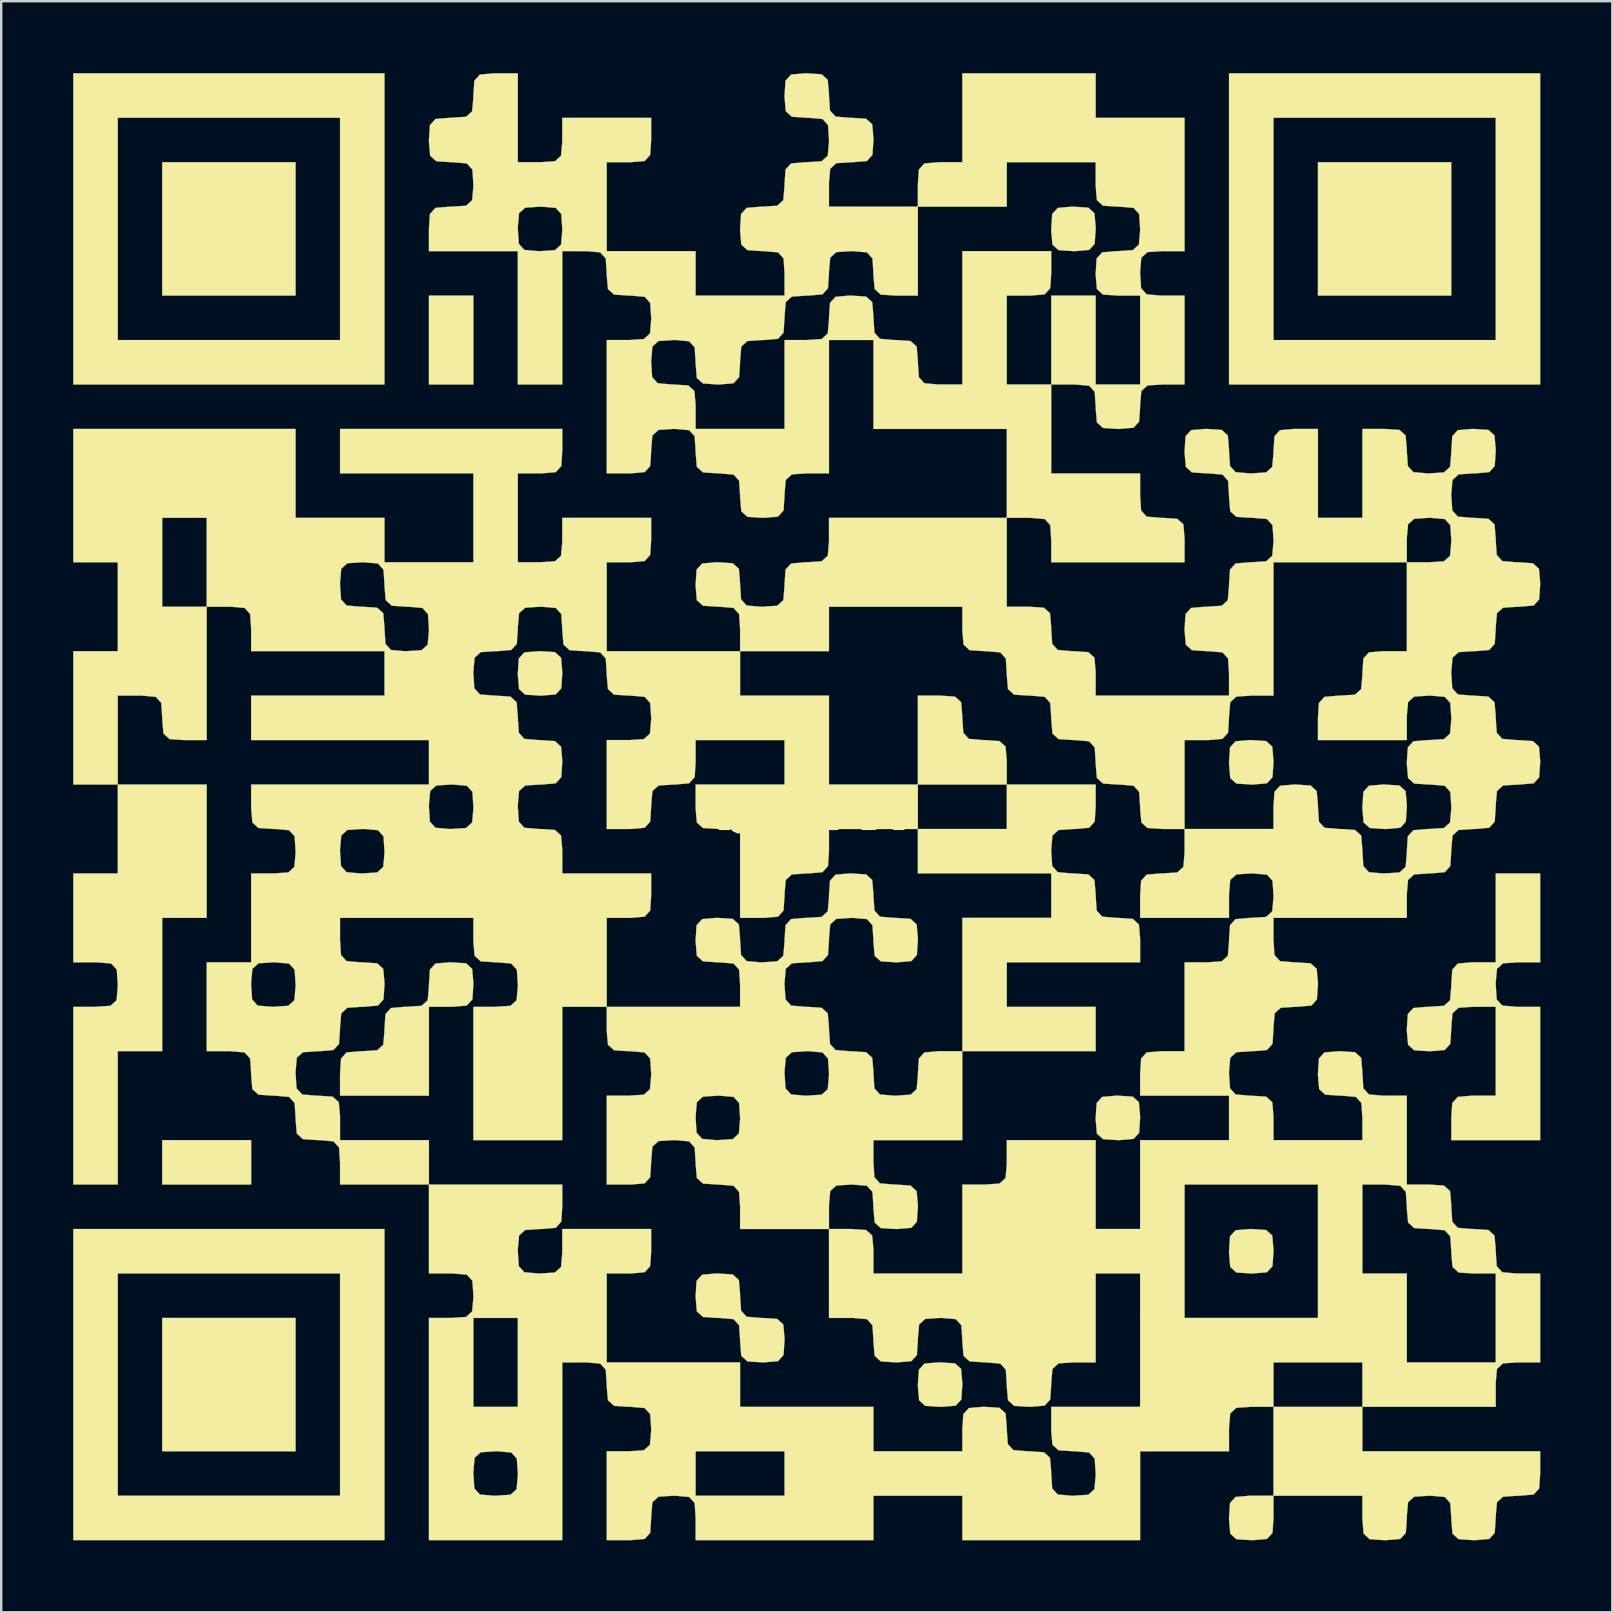
<source format=kicad_pcb>
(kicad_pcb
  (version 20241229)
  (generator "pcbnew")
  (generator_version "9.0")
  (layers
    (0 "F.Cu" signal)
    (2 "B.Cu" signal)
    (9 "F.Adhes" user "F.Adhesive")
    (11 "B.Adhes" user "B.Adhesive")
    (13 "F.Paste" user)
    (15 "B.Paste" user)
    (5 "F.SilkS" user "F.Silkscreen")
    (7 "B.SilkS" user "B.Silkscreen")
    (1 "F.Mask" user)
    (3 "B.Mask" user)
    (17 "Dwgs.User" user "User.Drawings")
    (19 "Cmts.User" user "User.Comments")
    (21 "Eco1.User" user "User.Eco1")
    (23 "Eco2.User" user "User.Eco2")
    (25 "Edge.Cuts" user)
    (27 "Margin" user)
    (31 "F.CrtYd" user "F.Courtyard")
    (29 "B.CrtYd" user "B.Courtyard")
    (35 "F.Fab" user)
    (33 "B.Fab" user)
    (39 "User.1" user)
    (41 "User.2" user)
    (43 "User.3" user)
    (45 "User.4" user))
  (footprint "QRCode"
    (layer "F.Cu")
    (at 30.697 30.697)
    (property "Reference" "QRCode" (at 0 0 0) (layer "F.SilkS") (effects (font (size 1.524 1.524) (thickness 0.3))))
    (attr through_hole)
    (fp_poly (pts (xy -23.283 15.61) (xy -26.988 15.61) (xy -26.988 13.758) (xy -23.283 13.758) (xy -23.283 15.61)) (stroke (width 0.01) (type solid)) (fill yes) (layer "F.SilkS"))
    (fp_poly (pts (xy -21.431 -21.431) (xy -26.988 -21.431) (xy -26.988 -26.988) (xy -21.431 -26.988) (xy -21.431 -21.431)) (stroke (width 0.01) (type solid)) (fill yes) (layer "F.SilkS"))
    (fp_poly (pts (xy -21.431 26.723) (xy -26.988 26.723) (xy -26.988 21.167) (xy -21.431 21.167) (xy -21.431 26.723)) (stroke (width 0.01) (type solid)) (fill yes) (layer "F.SilkS"))
    (fp_poly (pts (xy -14.023 -17.727) (xy -15.875 -17.727) (xy -15.875 -21.431) (xy -14.023 -21.431) (xy -14.023 -17.727)) (stroke (width 0.01) (type solid)) (fill yes) (layer "F.SilkS"))
    (fp_poly (pts (xy 26.723 -21.431) (xy 21.167 -21.431) (xy 21.167 -26.988) (xy 26.723 -26.988) (xy 26.723 -21.431)) (stroke (width 0.01) (type solid)) (fill yes) (layer "F.SilkS"))
    (fp_poly (pts (xy -17.727 -17.727) (xy -30.692 -17.727) (xy -30.692 -28.84) (xy -28.84 -28.84) (xy -28.84 -19.579) (xy -19.579 -19.579) (xy -19.579 -28.84) (xy -28.84 -28.84) (xy -30.692 -28.84) (xy -30.692 -30.692) (xy -17.727 -30.692) (xy -17.727 -17.727)) (stroke (width 0.01) (type solid)) (fill yes) (layer "F.SilkS"))
    (fp_poly (pts (xy -17.727 30.427) (xy -30.692 30.427) (xy -30.692 19.315) (xy -28.84 19.315) (xy -28.84 28.575) (xy -19.579 28.575) (xy -19.579 19.315) (xy -28.84 19.315) (xy -30.692 19.315) (xy -30.692 17.462) (xy -17.727 17.462) (xy -17.727 30.427)) (stroke (width 0.01) (type solid)) (fill yes) (layer "F.SilkS"))
    (fp_poly (pts (xy 30.427 -17.727) (xy 17.462 -17.727) (xy 17.462 -28.84) (xy 19.315 -28.84) (xy 19.315 -19.579) (xy 28.575 -19.579) (xy 28.575 -28.84) (xy 19.315 -28.84) (xy 17.462 -28.84) (xy 17.462 -30.692) (xy 30.427 -30.692) (xy 30.427 -17.727)) (stroke (width 0.01) (type solid)) (fill yes) (layer "F.SilkS"))
    (fp_poly (pts (xy 19.315 29.501) (xy 19.274 30.122) (xy 19.043 30.376) (xy 18.459 30.427) (xy 18.389 30.427) (xy 17.768 30.386) (xy 17.513 30.155) (xy 17.463 29.572) (xy 17.462 29.501) (xy 17.503 28.88) (xy 17.735 28.626) (xy 18.318 28.575) (xy 18.389 28.575) (xy 19.315 28.575) (xy 19.315 29.501)) (stroke (width 0.01) (type solid)) (fill yes) (layer "F.SilkS"))
    (fp_poly (pts (xy -10.624 -6.574) (xy -10.37 -6.343) (xy -10.319 -5.759) (xy -10.319 -5.689) (xy -10.36 -5.068) (xy -10.591 -4.813) (xy -11.174 -4.763) (xy -11.245 -4.763) (xy -11.865 -4.803) (xy -12.12 -5.035) (xy -12.171 -5.618) (xy -12.171 -5.689) (xy -12.13 -6.309) (xy -11.899 -6.564) (xy -11.315 -6.614) (xy -11.245 -6.615) (xy -10.624 -6.574)) (stroke (width 0.01) (type solid)) (fill yes) (layer "F.SilkS"))
    (fp_poly (pts (xy 6.045 -4.722) (xy 6.299 -4.49) (xy 6.35 -3.907) (xy 6.35 -3.836) (xy 6.391 -3.216) (xy 6.622 -2.961) (xy 7.206 -2.911) (xy 7.276 -2.91) (xy 7.897 -2.869) (xy 8.151 -2.638) (xy 8.202 -2.055) (xy 8.202 -1.984) (xy 8.202 -1.058) (xy 4.498 -1.058) (xy 4.498 -4.763) (xy 5.424 -4.763) (xy 6.045 -4.722)) (stroke (width 0.01) (type solid)) (fill yes) (layer "F.SilkS"))
    (fp_poly (pts (xy 6.045 23.06) (xy 6.299 23.291) (xy 6.35 23.874) (xy 6.35 23.945) (xy 6.309 24.565) (xy 6.078 24.82) (xy 5.494 24.871) (xy 5.424 24.871) (xy 4.803 24.83) (xy 4.549 24.599) (xy 4.498 24.015) (xy 4.498 23.945) (xy 4.539 23.324) (xy 4.77 23.07) (xy 5.353 23.019) (xy 5.424 23.019) (xy 6.045 23.06)) (stroke (width 0.01) (type solid)) (fill yes) (layer "F.SilkS"))
    (fp_poly (pts (xy 11.601 -25.094) (xy 11.855 -24.863) (xy 11.906 -24.28) (xy 11.906 -24.209) (xy 11.865 -23.589) (xy 11.634 -23.334) (xy 11.051 -23.283) (xy 10.98 -23.283) (xy 10.36 -23.324) (xy 10.105 -23.555) (xy 10.054 -24.139) (xy 10.054 -24.209) (xy 10.095 -24.83) (xy 10.326 -25.085) (xy 10.91 -25.135) (xy 10.98 -25.135) (xy 11.601 -25.094)) (stroke (width 0.01) (type solid)) (fill yes) (layer "F.SilkS"))
    (fp_poly (pts (xy 13.453 11.947) (xy 13.707 12.178) (xy 13.758 12.762) (xy 13.758 12.832) (xy 13.717 13.453) (xy 13.486 13.707) (xy 12.903 13.758) (xy 12.832 13.758) (xy 12.212 13.717) (xy 11.957 13.486) (xy 11.906 12.903) (xy 11.906 12.832) (xy 11.947 12.212) (xy 12.178 11.957) (xy 12.762 11.906) (xy 12.832 11.906) (xy 13.453 11.947)) (stroke (width 0.01) (type solid)) (fill yes) (layer "F.SilkS"))
    (fp_poly (pts (xy 19.009 -2.869) (xy 19.264 -2.638) (xy 19.314 -2.055) (xy 19.315 -1.984) (xy 19.274 -1.364) (xy 19.043 -1.109) (xy 18.459 -1.058) (xy 18.389 -1.058) (xy 17.768 -1.099) (xy 17.513 -1.33) (xy 17.463 -1.914) (xy 17.462 -1.984) (xy 17.503 -2.605) (xy 17.735 -2.86) (xy 18.318 -2.91) (xy 18.389 -2.91) (xy 19.009 -2.869)) (stroke (width 0.01) (type solid)) (fill yes) (layer "F.SilkS"))
    (fp_poly (pts (xy 19.009 17.503) (xy 19.264 17.735) (xy 19.314 18.318) (xy 19.315 18.389) (xy 19.274 19.009) (xy 19.043 19.264) (xy 18.459 19.314) (xy 18.389 19.315) (xy 17.768 19.274) (xy 17.513 19.043) (xy 17.463 18.459) (xy 17.462 18.389) (xy 17.503 17.768) (xy 17.735 17.513) (xy 18.318 17.463) (xy 18.389 17.462) (xy 19.009 17.503)) (stroke (width 0.01) (type solid)) (fill yes) (layer "F.SilkS"))
    (fp_poly (pts (xy 24.565 -1.017) (xy 24.82 -0.786) (xy 24.871 -0.203) (xy 24.871 -0.132) (xy 24.83 0.488) (xy 24.599 0.743) (xy 24.015 0.794) (xy 23.945 0.794) (xy 23.324 0.753) (xy 23.07 0.522) (xy 23.019 -0.062) (xy 23.019 -0.132) (xy 23.06 -0.753) (xy 23.291 -1.007) (xy 23.874 -1.058) (xy 23.945 -1.058) (xy 24.565 -1.017)) (stroke (width 0.01) (type solid)) (fill yes) (layer "F.SilkS"))
    (fp_poly (pts (xy -25.135 4.498) (xy -26.988 4.498) (xy -26.988 10.054) (xy -28.84 10.054) (xy -28.84 15.61) (xy -30.692 15.61) (xy -30.692 8.202) (xy -29.766 8.202) (xy -29.145 8.161) (xy -28.89 7.93) (xy -28.84 7.347) (xy -28.84 7.276) (xy -28.881 6.655) (xy -29.112 6.401) (xy -29.695 6.35) (xy -29.766 6.35) (xy -30.692 6.35) (xy -30.692 2.646) (xy -28.84 2.646) (xy -28.84 -1.058) (xy -25.135 -1.058) (xy -25.135 4.498)) (stroke (width 0.01) (type solid)) (fill yes) (layer "F.SilkS"))
    (fp_poly (pts (xy -14.328 6.391) (xy -14.074 6.622) (xy -14.023 7.206) (xy -14.023 7.276) (xy -14.064 7.897) (xy -14.295 8.151) (xy -14.878 8.202) (xy -14.949 8.202) (xy -15.875 8.202) (xy -15.875 11.906) (xy -19.579 11.906) (xy -19.579 10.98) (xy -19.538 10.36) (xy -19.307 10.105) (xy -18.724 10.054) (xy -18.653 10.054) (xy -18.032 10.013) (xy -17.778 9.782) (xy -17.727 9.199) (xy -17.727 9.128) (xy -17.686 8.507) (xy -17.455 8.253) (xy -16.872 8.202) (xy -16.801 8.202) (xy -16.18 8.161) (xy -15.926 7.93) (xy -15.875 7.347) (xy -15.875 7.276) (xy -15.834 6.655) (xy -15.603 6.401) (xy -15.019 6.35) (xy -14.949 6.35) (xy -14.328 6.391)) (stroke (width 0.01) (type solid)) (fill yes) (layer "F.SilkS"))
    (fp_poly (pts (xy -3.216 19.356) (xy -2.961 19.587) (xy -2.911 20.17) (xy -2.91 20.241) (xy -2.869 20.861) (xy -2.638 21.116) (xy -2.055 21.167) (xy -1.984 21.167) (xy -1.364 21.208) (xy -1.109 21.439) (xy -1.058 22.022) (xy -1.058 22.093) (xy -1.099 22.713) (xy -1.33 22.968) (xy -1.914 23.019) (xy -1.984 23.019) (xy -2.605 22.978) (xy -2.86 22.747) (xy -2.91 22.163) (xy -2.91 22.093) (xy -2.951 21.472) (xy -3.182 21.218) (xy -3.766 21.167) (xy -3.836 21.167) (xy -4.457 21.126) (xy -4.712 20.895) (xy -4.762 20.311) (xy -4.763 20.241) (xy -4.722 19.62) (xy -4.49 19.365) (xy -3.907 19.315) (xy -3.836 19.315) (xy -3.216 19.356)) (stroke (width 0.01) (type solid)) (fill yes) (layer "F.SilkS"))
    (fp_poly (pts (xy 11.906 -0.132) (xy 11.865 0.488) (xy 11.634 0.743) (xy 11.051 0.794) (xy 10.98 0.794) (xy 10.36 0.835) (xy 10.105 1.066) (xy 10.054 1.649) (xy 10.054 1.72) (xy 10.095 2.34) (xy 10.326 2.595) (xy 10.91 2.646) (xy 10.98 2.646) (xy 11.601 2.687) (xy 11.855 2.918) (xy 11.906 3.501) (xy 11.906 3.572) (xy 11.947 4.193) (xy 12.178 4.447) (xy 12.762 4.498) (xy 12.832 4.498) (xy 13.453 4.539) (xy 13.707 4.77) (xy 13.758 5.353) (xy 13.758 5.424) (xy 13.758 6.35) (xy 8.202 6.35) (xy 8.202 8.202) (xy 11.906 8.202) (xy 11.906 10.054) (xy 6.35 10.054) (xy 6.35 4.498) (xy 10.054 4.498) (xy 10.054 2.646) (xy 4.498 2.646) (xy 4.498 0.794) (xy 8.202 0.794) (xy 8.202 -1.058) (xy 11.906 -1.058) (xy 11.906 -0.132)) (stroke (width 0.01) (type solid)) (fill yes) (layer "F.SilkS"))
    (fp_poly (pts (xy 30.427 6.35) (xy 29.501 6.35) (xy 28.88 6.391) (xy 28.626 6.622) (xy 28.575 7.206) (xy 28.575 7.276) (xy 28.616 7.897) (xy 28.847 8.151) (xy 29.431 8.202) (xy 29.501 8.202) (xy 30.427 8.202) (xy 30.427 13.758) (xy 26.723 13.758) (xy 26.723 12.832) (xy 26.764 12.212) (xy 26.995 11.957) (xy 27.578 11.906) (xy 27.649 11.906) (xy 28.575 11.906) (xy 28.575 8.202) (xy 27.649 8.202) (xy 27.028 8.243) (xy 26.774 8.474) (xy 26.723 9.058) (xy 26.723 9.128) (xy 26.682 9.749) (xy 26.451 10.003) (xy 25.867 10.054) (xy 25.797 10.054) (xy 25.176 10.013) (xy 24.922 9.782) (xy 24.871 9.199) (xy 24.871 9.128) (xy 24.912 8.507) (xy 25.143 8.253) (xy 25.726 8.202) (xy 25.797 8.202) (xy 26.418 8.161) (xy 26.672 7.93) (xy 26.723 7.347) (xy 26.723 7.276) (xy 26.764 6.655) (xy 26.995 6.401) (xy 27.578 6.35) (xy 27.649 6.35) (xy 28.575 6.35) (xy 28.575 2.646) (xy 30.427 2.646) (xy 30.427 6.35)) (stroke (width 0.01) (type solid)) (fill yes) (layer "F.SilkS"))
    (fp_poly (pts (xy 2.34 2.687) (xy 2.595 2.918) (xy 2.646 3.501) (xy 2.646 3.572) (xy 2.687 4.193) (xy 2.918 4.447) (xy 3.501 4.498) (xy 3.572 4.498) (xy 4.193 4.539) (xy 4.447 4.77) (xy 4.498 5.353) (xy 4.498 5.424) (xy 4.457 6.045) (xy 4.226 6.299) (xy 3.642 6.35) (xy 3.572 6.35) (xy 2.951 6.309) (xy 2.697 6.078) (xy 2.646 5.494) (xy 2.646 5.424) (xy 2.605 4.803) (xy 2.374 4.549) (xy 1.79 4.498) (xy 1.72 4.498) (xy 1.099 4.539) (xy 0.845 4.77) (xy 0.794 5.353) (xy 0.794 5.424) (xy 0.753 6.045) (xy 0.522 6.299) (xy -0.062 6.35) (xy -0.132 6.35) (xy -0.753 6.391) (xy -1.007 6.622) (xy -1.058 7.206) (xy -1.058 7.276) (xy -1.017 7.897) (xy -0.786 8.151) (xy -0.203 8.202) (xy -0.132 8.202) (xy 0.488 8.243) (xy 0.743 8.474) (xy 0.794 9.058) (xy 0.794 9.128) (xy 0.835 9.749) (xy 1.066 10.003) (xy 1.649 10.054) (xy 1.72 10.054) (xy 2.34 10.095) (xy 2.595 10.326) (xy 2.646 10.91) (xy 2.646 10.98) (xy 2.687 11.601) (xy 2.918 11.855) (xy 3.501 11.906) (xy 3.572 11.906) (xy 4.193 11.865) (xy 4.447 11.634) (xy 4.498 11.051) (xy 4.498 10.98) (xy 4.539 10.36) (xy 4.77 10.105) (xy 5.353 10.054) (xy 5.424 10.054) (xy 6.35 10.054) (xy 6.35 13.758) (xy 2.646 13.758) (xy 2.646 14.684) (xy 2.687 15.305) (xy 2.918 15.56) (xy 3.501 15.61) (xy 3.572 15.61) (xy 4.193 15.651) (xy 4.447 15.882) (xy 4.498 16.466) (xy 4.498 16.536) (xy 4.457 17.157) (xy 4.226 17.412) (xy 3.642 17.462) (xy 3.572 17.462) (xy 2.951 17.422) (xy 2.697 17.19) (xy 2.646 16.607) (xy 2.646 16.536) (xy 2.605 15.916) (xy 2.374 15.661) (xy 1.79 15.611) (xy 1.72 15.61) (xy 1.099 15.651) (xy 0.845 15.882) (xy 0.794 16.466) (xy 0.794 16.536) (xy 0.794 17.462) (xy -2.91 17.462) (xy -2.91 16.536) (xy -2.951 15.916) (xy -3.182 15.661) (xy -3.766 15.611) (xy -3.836 15.61) (xy -4.457 15.569) (xy -4.712 15.338) (xy -4.762 14.755) (xy -4.763 14.684) (xy -4.803 14.064) (xy -5.035 13.809) (xy -5.618 13.758) (xy -5.689 13.758) (xy -6.309 13.799) (xy -6.564 14.03) (xy -6.614 14.614) (xy -6.615 14.684) (xy -6.656 15.305) (xy -6.887 15.56) (xy -7.47 15.61) (xy -7.541 15.61) (xy -8.467 15.61) (xy -8.467 12.832) (xy -4.763 12.832) (xy -4.722 13.453) (xy -4.49 13.707) (xy -3.907 13.758) (xy -3.836 13.758) (xy -3.216 13.717) (xy -2.961 13.486) (xy -2.911 12.903) (xy -2.91 12.832) (xy -2.951 12.212) (xy -3.182 11.957) (xy -3.766 11.906) (xy -3.836 11.906) (xy -4.457 11.947) (xy -4.712 12.178) (xy -4.762 12.762) (xy -4.763 12.832) (xy -8.467 12.832) (xy -8.467 11.906) (xy -7.541 11.906) (xy -6.92 11.865) (xy -6.665 11.634) (xy -6.615 11.051) (xy -6.615 10.98) (xy -1.058 10.98) (xy -1.017 11.601) (xy -0.786 11.855) (xy -0.203 11.906) (xy -0.132 11.906) (xy 0.488 11.865) (xy 0.743 11.634) (xy 0.794 11.051) (xy 0.794 10.98) (xy 0.753 10.36) (xy 0.522 10.105) (xy -0.062 10.054) (xy -0.132 10.054) (xy -0.753 10.095) (xy -1.007 10.326) (xy -1.058 10.91) (xy -1.058 10.98) (xy -6.615 10.98) (xy -6.656 10.36) (xy -6.887 10.105) (xy -7.47 10.054) (xy -7.541 10.054) (xy -8.161 10.013) (xy -8.416 9.782) (xy -8.467 9.199) (xy -8.467 9.128) (xy -8.467 8.202) (xy -2.91 8.202) (xy -2.91 7.276) (xy -2.951 6.655) (xy -3.182 6.401) (xy -3.766 6.35) (xy -3.836 6.35) (xy -4.457 6.309) (xy -4.712 6.078) (xy -4.762 5.494) (xy -4.763 5.424) (xy -4.722 4.803) (xy -4.49 4.549) (xy -3.907 4.498) (xy -3.836 4.498) (xy -3.216 4.539) (xy -2.961 4.77) (xy -2.911 5.353) (xy -2.91 5.424) (xy -2.869 6.045) (xy -2.638 6.299) (xy -2.055 6.35) (xy -1.984 6.35) (xy -1.364 6.309) (xy -1.109 6.078) (xy -1.058 5.494) (xy -1.058 5.424) (xy -1.017 4.803) (xy -0.786 4.549) (xy -0.203 4.498) (xy -0.132 4.498) (xy 0.488 4.457) (xy 0.743 4.226) (xy 0.794 3.642) (xy 0.794 3.572) (xy 0.835 2.951) (xy 1.066 2.697) (xy 1.649 2.646) (xy 1.72 2.646) (xy 2.34 2.687)) (stroke (width 0.01) (type solid)) (fill yes) (layer "F.SilkS"))
    (fp_poly (pts (xy 8.202 -15.875) (xy 2.646 -15.875) (xy 2.646 -19.579) (xy 0.794 -19.579) (xy 0.794 -14.023) (xy -0.132 -14.023) (xy -0.753 -13.982) (xy -1.007 -13.751) (xy -1.058 -13.167) (xy -1.058 -13.097) (xy -1.099 -12.476) (xy -1.33 -12.222) (xy -1.914 -12.171) (xy -1.984 -12.171) (xy -2.605 -12.212) (xy -2.86 -12.443) (xy -2.91 -13.026) (xy -2.91 -13.097) (xy -2.951 -13.718) (xy -3.182 -13.972) (xy -3.766 -14.023) (xy -3.836 -14.023) (xy -4.457 -14.064) (xy -4.712 -14.295) (xy -4.762 -14.878) (xy -4.763 -14.949) (xy -4.803 -15.57) (xy -5.035 -15.824) (xy -5.618 -15.875) (xy -5.689 -15.875) (xy -6.309 -15.834) (xy -6.564 -15.603) (xy -6.614 -15.019) (xy -6.615 -14.949) (xy -6.656 -14.328) (xy -6.887 -14.074) (xy -7.47 -14.023) (xy -7.541 -14.023) (xy -8.467 -14.023) (xy -8.467 -18.653) (xy -6.615 -18.653) (xy -6.574 -18.032) (xy -6.343 -17.778) (xy -5.759 -17.727) (xy -5.689 -17.727) (xy -5.068 -17.686) (xy -4.813 -17.455) (xy -4.763 -16.872) (xy -4.763 -16.801) (xy -4.763 -15.875) (xy -1.058 -15.875) (xy -1.058 -19.579) (xy -0.132 -19.579) (xy 0.488 -19.62) (xy 0.743 -19.851) (xy 0.794 -20.435) (xy 0.794 -20.505) (xy 0.835 -21.126) (xy 1.066 -21.38) (xy 1.649 -21.431) (xy 1.72 -21.431) (xy 2.34 -21.39) (xy 2.595 -21.159) (xy 2.646 -20.576) (xy 2.646 -20.505) (xy 2.687 -19.885) (xy 2.918 -19.63) (xy 3.501 -19.579) (xy 3.572 -19.579) (xy 4.193 -19.538) (xy 4.447 -19.307) (xy 4.498 -18.724) (xy 4.498 -18.653) (xy 4.539 -18.032) (xy 4.77 -17.778) (xy 5.353 -17.727) (xy 5.424 -17.727) (xy 6.35 -17.727) (xy 6.35 -23.283) (xy 10.054 -23.283) (xy 10.054 -22.357) (xy 10.013 -21.737) (xy 9.782 -21.482) (xy 9.199 -21.431) (xy 9.128 -21.431) (xy 8.202 -21.431) (xy 8.202 -17.727) (xy 10.054 -17.727) (xy 10.054 -21.431) (xy 11.906 -21.431) (xy 11.906 -17.727) (xy 13.758 -17.727) (xy 13.758 -21.431) (xy 12.832 -21.431) (xy 12.212 -21.472) (xy 11.957 -21.703) (xy 11.906 -22.287) (xy 11.906 -22.357) (xy 11.947 -22.978) (xy 12.178 -23.232) (xy 12.762 -23.283) (xy 12.832 -23.283) (xy 13.453 -23.324) (xy 13.707 -23.555) (xy 13.758 -24.139) (xy 13.758 -24.209) (xy 13.717 -24.83) (xy 13.486 -25.085) (xy 12.903 -25.135) (xy 12.832 -25.135) (xy 12.212 -25.176) (xy 11.957 -25.407) (xy 11.906 -25.991) (xy 11.906 -26.061) (xy 11.906 -26.988) (xy 8.202 -26.988) (xy 8.202 -25.135) (xy 4.498 -25.135) (xy 4.498 -21.431) (xy 3.572 -21.431) (xy 2.951 -21.472) (xy 2.697 -21.703) (xy 2.646 -22.287) (xy 2.646 -22.357) (xy 2.605 -22.978) (xy 2.374 -23.232) (xy 1.79 -23.283) (xy 1.72 -23.283) (xy 1.099 -23.242) (xy 0.845 -23.011) (xy 0.794 -22.428) (xy 0.794 -22.357) (xy 0.753 -21.737) (xy 0.522 -21.482) (xy -0.062 -21.431) (xy -0.132 -21.431) (xy -0.753 -21.39) (xy -1.007 -21.159) (xy -1.058 -20.576) (xy -1.058 -20.505) (xy -1.099 -19.885) (xy -1.33 -19.63) (xy -1.914 -19.579) (xy -1.984 -19.579) (xy -2.605 -19.538) (xy -2.86 -19.307) (xy -2.91 -18.724) (xy -2.91 -18.653) (xy -2.951 -18.032) (xy -3.182 -17.778) (xy -3.766 -17.727) (xy -3.836 -17.727) (xy -4.457 -17.768) (xy -4.712 -17.999) (xy -4.762 -18.583) (xy -4.763 -18.653) (xy -4.803 -19.274) (xy -5.035 -19.528) (xy -5.618 -19.579) (xy -5.689 -19.579) (xy -6.309 -19.538) (xy -6.564 -19.307) (xy -6.614 -18.724) (xy -6.615 -18.653) (xy -8.467 -18.653) (xy -8.467 -19.579) (xy -7.541 -19.579) (xy -6.92 -19.62) (xy -6.665 -19.851) (xy -6.615 -20.435) (xy -6.615 -20.505) (xy -6.656 -21.126) (xy -6.887 -21.38) (xy -7.47 -21.431) (xy -7.541 -21.431) (xy -8.161 -21.472) (xy -8.416 -21.703) (xy -8.467 -22.287) (xy -8.467 -22.357) (xy -8.508 -22.978) (xy -8.739 -23.232) (xy -9.322 -23.283) (xy -9.393 -23.283) (xy -10.319 -23.283) (xy -10.319 -17.727) (xy -12.171 -17.727) (xy -12.171 -23.283) (xy -15.875 -23.283) (xy -15.875 -24.209) (xy -12.171 -24.209) (xy -12.13 -23.589) (xy -11.899 -23.334) (xy -11.315 -23.283) (xy -11.245 -23.283) (xy -10.624 -23.324) (xy -10.37 -23.555) (xy -10.319 -24.139) (xy -10.319 -24.209) (xy -10.36 -24.83) (xy -10.591 -25.085) (xy -11.174 -25.135) (xy -11.245 -25.135) (xy -11.865 -25.094) (xy -12.12 -24.863) (xy -12.171 -24.28) (xy -12.171 -24.209) (xy -15.875 -24.209) (xy -15.834 -24.83) (xy -15.603 -25.085) (xy -15.019 -25.135) (xy -14.949 -25.135) (xy -14.328 -25.176) (xy -14.074 -25.407) (xy -14.023 -25.991) (xy -14.023 -26.061) (xy -14.064 -26.682) (xy -14.295 -26.937) (xy -14.878 -26.987) (xy -14.949 -26.988) (xy -15.57 -27.028) (xy -15.824 -27.26) (xy -15.875 -27.843) (xy -15.875 -27.914) (xy -15.834 -28.534) (xy -15.603 -28.789) (xy -15.019 -28.839) (xy -14.949 -28.84) (xy -14.328 -28.881) (xy -14.074 -29.112) (xy -14.023 -29.695) (xy -14.023 -29.766) (xy -13.982 -30.386) (xy -13.751 -30.641) (xy -13.167 -30.692) (xy -13.097 -30.692) (xy -12.171 -30.692) (xy -12.171 -26.988) (xy -11.245 -26.988) (xy -10.624 -27.028) (xy -10.37 -27.26) (xy -10.319 -27.843) (xy -10.319 -27.914) (xy -10.319 -28.84) (xy -6.615 -28.84) (xy -6.615 -27.914) (xy -6.656 -27.293) (xy -6.887 -27.038) (xy -7.47 -26.988) (xy -7.541 -26.988) (xy -8.467 -26.988) (xy -8.467 -23.283) (xy -4.763 -23.283) (xy -4.763 -21.431) (xy -1.058 -21.431) (xy -1.058 -22.357) (xy -1.099 -22.978) (xy -1.33 -23.232) (xy -1.914 -23.283) (xy -1.984 -23.283) (xy -2.605 -23.324) (xy -2.86 -23.555) (xy -2.91 -24.139) (xy -2.91 -24.209) (xy -2.869 -24.83) (xy -2.638 -25.085) (xy -2.055 -25.135) (xy -1.984 -25.135) (xy -1.364 -25.176) (xy -1.109 -25.407) (xy -1.058 -25.991) (xy -1.058 -26.061) (xy -1.017 -26.682) (xy -0.786 -26.937) (xy -0.203 -26.987) (xy -0.132 -26.988) (xy 0.488 -27.028) (xy 0.743 -27.26) (xy 0.794 -27.843) (xy 0.794 -27.914) (xy 0.753 -28.534) (xy 0.522 -28.789) (xy -0.062 -28.839) (xy -0.132 -28.84) (xy -0.753 -28.881) (xy -1.007 -29.112) (xy -1.058 -29.695) (xy -1.058 -29.766) (xy -1.017 -30.386) (xy -0.786 -30.641) (xy -0.203 -30.692) (xy -0.132 -30.692) (xy 0.488 -30.651) (xy 0.743 -30.42) (xy 0.794 -29.836) (xy 0.794 -29.766) (xy 0.835 -29.145) (xy 1.066 -28.89) (xy 1.649 -28.84) (xy 1.72 -28.84) (xy 2.34 -28.799) (xy 2.595 -28.568) (xy 2.646 -27.984) (xy 2.646 -27.914) (xy 2.605 -27.293) (xy 2.374 -27.038) (xy 1.79 -26.988) (xy 1.72 -26.988) (xy 1.099 -26.947) (xy 0.845 -26.715) (xy 0.794 -26.132) (xy 0.794 -26.061) (xy 0.794 -25.135) (xy 4.498 -25.135) (xy 4.498 -26.061) (xy 4.539 -26.682) (xy 4.77 -26.937) (xy 5.353 -26.987) (xy 5.424 -26.988) (xy 6.35 -26.988) (xy 6.35 -30.692) (xy 11.906 -30.692) (xy 11.906 -28.84) (xy 15.61 -28.84) (xy 15.61 -23.283) (xy 14.684 -23.283) (xy 14.064 -23.242) (xy 13.809 -23.011) (xy 13.758 -22.428) (xy 13.758 -22.357) (xy 13.799 -21.737) (xy 14.03 -21.482) (xy 14.614 -21.431) (xy 14.684 -21.431) (xy 15.61 -21.431) (xy 15.61 -17.727) (xy 14.684 -17.727) (xy 14.064 -17.686) (xy 13.809 -17.455) (xy 13.758 -16.872) (xy 13.758 -16.801) (xy 13.717 -16.18) (xy 13.486 -15.926) (xy 12.903 -15.875) (xy 12.832 -15.875) (xy 12.212 -15.916) (xy 11.957 -16.147) (xy 11.906 -16.731) (xy 11.906 -16.801) (xy 11.865 -17.422) (xy 11.634 -17.676) (xy 11.051 -17.727) (xy 10.98 -17.727) (xy 10.054 -17.727) (xy 10.054 -14.023) (xy 13.758 -14.023) (xy 13.758 -13.097) (xy 13.799 -12.476) (xy 14.03 -12.222) (xy 14.614 -12.171) (xy 14.684 -12.171) (xy 15.305 -12.13) (xy 15.56 -11.899) (xy 15.61 -11.315) (xy 15.61 -11.245) (xy 15.61 -10.319) (xy 10.054 -10.319) (xy 10.054 -11.245) (xy 10.013 -11.865) (xy 9.782 -12.12) (xy 9.199 -12.171) (xy 9.128 -12.171) (xy 8.202 -12.171) (xy 8.202 -15.875)) (stroke (width 0.01) (type solid)) (fill yes) (layer "F.SilkS"))
    (fp_poly (pts (xy 19.315 24.871) (xy 18.389 24.871) (xy 17.768 24.912) (xy 17.513 25.143) (xy 17.463 25.726) (xy 17.462 25.797) (xy 17.462 26.723) (xy 13.758 26.723) (xy 13.758 30.427) (xy 6.35 30.427) (xy 6.35 28.575) (xy 2.646 28.575) (xy 2.646 30.427) (xy -4.763 30.427) (xy -4.763 29.501) (xy -4.803 28.88) (xy -5.035 28.626) (xy -5.618 28.575) (xy -5.689 28.575) (xy -6.309 28.616) (xy -6.564 28.847) (xy -6.614 29.431) (xy -6.615 29.501) (xy -6.656 30.122) (xy -6.887 30.376) (xy -7.47 30.427) (xy -7.541 30.427) (xy -8.467 30.427) (xy -8.467 26.723) (xy -7.541 26.723) (xy -4.763 26.723) (xy -4.763 28.575) (xy -1.058 28.575) (xy -1.058 26.723) (xy -4.763 26.723) (xy -7.541 26.723) (xy -6.92 26.682) (xy -6.665 26.451) (xy -6.615 25.867) (xy -6.615 25.797) (xy -6.656 25.176) (xy -6.887 24.922) (xy -7.47 24.871) (xy -7.541 24.871) (xy -8.161 24.83) (xy -8.416 24.599) (xy -8.467 24.015) (xy -8.467 23.945) (xy -8.508 23.324) (xy -8.739 23.07) (xy -9.322 23.019) (xy -9.393 23.019) (xy -10.319 23.019) (xy -10.319 30.427) (xy -15.875 30.427) (xy -15.875 27.649) (xy -14.023 27.649) (xy -13.982 28.27) (xy -13.751 28.524) (xy -13.167 28.575) (xy -13.097 28.575) (xy -12.476 28.534) (xy -12.222 28.303) (xy -12.171 27.719) (xy -12.171 27.649) (xy -12.212 27.028) (xy -12.443 26.774) (xy -13.026 26.723) (xy -13.097 26.723) (xy -13.718 26.764) (xy -13.972 26.995) (xy -14.023 27.578) (xy -14.023 27.649) (xy -15.875 27.649) (xy -15.875 21.167) (xy -14.949 21.167) (xy -14.023 21.167) (xy -14.023 24.871) (xy -12.171 24.871) (xy -12.171 21.167) (xy -14.023 21.167) (xy -14.949 21.167) (xy -14.328 21.126) (xy -14.074 20.895) (xy -14.023 20.311) (xy -14.023 20.241) (xy -14.064 19.62) (xy -14.295 19.365) (xy -14.878 19.315) (xy -14.949 19.315) (xy -15.875 19.315) (xy -15.875 15.61) (xy -19.579 15.61) (xy -19.579 14.684) (xy -19.62 14.064) (xy -19.851 13.809) (xy -20.435 13.758) (xy -20.505 13.758) (xy -21.126 13.717) (xy -21.38 13.486) (xy -21.431 12.903) (xy -21.431 12.832) (xy -21.472 12.212) (xy -21.703 11.957) (xy -22.287 11.906) (xy -22.357 11.906) (xy -22.978 11.865) (xy -23.232 11.634) (xy -23.283 11.051) (xy -23.283 10.98) (xy -21.431 10.98) (xy -21.39 11.601) (xy -21.159 11.855) (xy -20.576 11.906) (xy -20.505 11.906) (xy -19.885 11.947) (xy -19.63 12.178) (xy -19.579 12.762) (xy -19.579 12.832) (xy -19.579 13.758) (xy -15.875 13.758) (xy -15.875 15.61) (xy -10.319 15.61) (xy -10.319 16.536) (xy -10.36 17.157) (xy -10.591 17.412) (xy -11.174 17.462) (xy -11.245 17.462) (xy -11.865 17.503) (xy -12.12 17.735) (xy -12.171 18.318) (xy -12.171 18.389) (xy -12.13 19.009) (xy -11.899 19.264) (xy -11.315 19.314) (xy -11.245 19.315) (xy -10.624 19.274) (xy -10.37 19.043) (xy -10.319 18.459) (xy -10.319 18.389) (xy -10.319 17.462) (xy -6.615 17.462) (xy -6.615 18.389) (xy -6.656 19.009) (xy -6.887 19.264) (xy -7.47 19.314) (xy -7.541 19.315) (xy -8.467 19.315) (xy -8.467 23.019) (xy -2.91 23.019) (xy -2.91 24.871) (xy 2.646 24.871) (xy 2.646 26.723) (xy 6.35 26.723) (xy 6.35 25.797) (xy 6.391 25.176) (xy 6.622 24.922) (xy 7.206 24.871) (xy 7.276 24.871) (xy 7.897 24.912) (xy 8.151 25.143) (xy 8.202 25.726) (xy 8.202 25.797) (xy 8.243 26.418) (xy 8.474 26.672) (xy 9.058 26.723) (xy 9.128 26.723) (xy 9.749 26.764) (xy 10.003 26.995) (xy 10.054 27.578) (xy 10.054 27.649) (xy 10.095 28.27) (xy 10.326 28.524) (xy 10.91 28.575) (xy 10.98 28.575) (xy 11.601 28.534) (xy 11.855 28.303) (xy 11.906 27.719) (xy 11.906 27.649) (xy 11.865 27.028) (xy 11.634 26.774) (xy 11.051 26.723) (xy 10.98 26.723) (xy 10.36 26.682) (xy 10.105 26.451) (xy 10.054 25.867) (xy 10.054 25.797) (xy 10.054 24.871) (xy 13.758 24.871) (xy 13.758 23.019) (xy 19.315 23.019) (xy 19.315 24.871) (xy 23.019 24.871) (xy 23.019 23.019) (xy 19.315 23.019) (xy 13.758 23.019) (xy 13.758 19.315) (xy 11.906 19.315) (xy 11.906 23.019) (xy 10.98 23.019) (xy 10.36 23.06) (xy 10.105 23.291) (xy 10.054 23.874) (xy 10.054 23.945) (xy 10.013 24.565) (xy 9.782 24.82) (xy 9.199 24.871) (xy 9.128 24.871) (xy 8.507 24.83) (xy 8.253 24.599) (xy 8.202 24.015) (xy 8.202 23.945) (xy 8.161 23.324) (xy 7.93 23.07) (xy 7.347 23.019) (xy 7.276 23.019) (xy 6.655 22.978) (xy 6.401 22.747) (xy 6.35 22.163) (xy 6.35 22.093) (xy 6.309 21.472) (xy 6.078 21.218) (xy 5.494 21.167) (xy 5.424 21.167) (xy 4.803 21.208) (xy 4.549 21.439) (xy 4.498 22.022) (xy 4.498 22.093) (xy 4.457 22.713) (xy 4.226 22.968) (xy 3.642 23.019) (xy 3.572 23.019) (xy 2.951 22.978) (xy 2.697 22.747) (xy 2.646 22.163) (xy 2.646 22.093) (xy 2.605 21.472) (xy 2.374 21.218) (xy 1.79 21.167) (xy 1.72 21.167) (xy 0.794 21.167) (xy 0.794 17.462) (xy 1.72 17.462) (xy 2.34 17.503) (xy 2.595 17.735) (xy 2.646 18.318) (xy 2.646 18.389) (xy 2.646 19.315) (xy 6.35 19.315) (xy 6.35 15.61) (xy 7.276 15.61) (xy 7.897 15.569) (xy 8.151 15.338) (xy 8.202 14.755) (xy 8.202 14.684) (xy 8.202 13.758) (xy 11.906 13.758) (xy 11.906 17.462) (xy 13.758 17.462) (xy 13.758 15.61) (xy 15.61 15.61) (xy 15.61 21.167) (xy 21.167 21.167) (xy 21.167 15.61) (xy 23.019 15.61) (xy 23.019 19.315) (xy 24.871 19.315) (xy 24.871 23.019) (xy 28.575 23.019) (xy 28.575 19.315) (xy 27.649 19.315) (xy 27.028 19.274) (xy 26.774 19.043) (xy 26.723 18.459) (xy 26.723 18.389) (xy 26.682 17.768) (xy 26.451 17.513) (xy 25.867 17.463) (xy 25.797 17.462) (xy 25.176 17.422) (xy 24.922 17.19) (xy 24.871 16.607) (xy 24.871 16.536) (xy 24.83 15.916) (xy 24.599 15.661) (xy 24.015 15.611) (xy 23.945 15.61) (xy 23.019 15.61) (xy 21.167 15.61) (xy 15.61 15.61) (xy 13.758 15.61) (xy 13.758 13.758) (xy 17.462 13.758) (xy 17.462 11.906) (xy 13.758 11.906) (xy 13.758 10.98) (xy 13.799 10.36) (xy 14.03 10.105) (xy 14.614 10.054) (xy 14.684 10.054) (xy 15.61 10.054) (xy 15.61 6.35) (xy 16.536 6.35) (xy 17.157 6.309) (xy 17.412 6.078) (xy 17.462 5.494) (xy 17.462 5.424) (xy 17.503 4.803) (xy 17.735 4.549) (xy 18.318 4.498) (xy 18.389 4.498) (xy 19.009 4.457) (xy 19.264 4.226) (xy 19.314 3.642) (xy 19.315 3.572) (xy 19.274 2.951) (xy 19.043 2.697) (xy 18.459 2.646) (xy 18.389 2.646) (xy 17.768 2.687) (xy 17.513 2.918) (xy 17.463 3.501) (xy 17.462 3.572) (xy 17.462 4.498) (xy 13.758 4.498) (xy 13.758 3.572) (xy 13.799 2.951) (xy 14.03 2.697) (xy 14.614 2.646) (xy 14.684 2.646) (xy 15.305 2.605) (xy 15.56 2.374) (xy 15.61 1.79) (xy 15.61 1.72) (xy 15.61 0.794) (xy 14.684 0.794) (xy 14.064 0.753) (xy 13.809 0.522) (xy 13.758 -0.062) (xy 13.758 -0.132) (xy 13.717 -0.753) (xy 13.486 -1.007) (xy 12.903 -1.058) (xy 12.832 -1.058) (xy 12.212 -1.099) (xy 11.957 -1.33) (xy 11.906 -1.914) (xy 11.906 -1.984) (xy 11.865 -2.605) (xy 11.634 -2.86) (xy 11.051 -2.91) (xy 10.98 -2.91) (xy 15.61 -2.91) (xy 15.61 0.794) (xy 19.315 0.794) (xy 19.315 -0.132) (xy 19.356 -0.753) (xy 19.587 -1.007) (xy 20.17 -1.058) (xy 20.241 -1.058) (xy 20.861 -1.017) (xy 21.116 -0.786) (xy 21.167 -0.203) (xy 21.167 -0.132) (xy 21.208 0.488) (xy 21.439 0.743) (xy 22.022 0.794) (xy 22.093 0.794) (xy 22.713 0.835) (xy 22.968 1.066) (xy 23.019 1.649) (xy 23.019 1.72) (xy 23.06 2.34) (xy 23.291 2.595) (xy 23.874 2.646) (xy 23.945 2.646) (xy 24.565 2.605) (xy 24.82 2.374) (xy 24.871 1.79) (xy 24.871 1.72) (xy 24.912 1.099) (xy 25.143 0.845) (xy 25.726 0.794) (xy 25.797 0.794) (xy 26.418 0.753) (xy 26.672 0.522) (xy 26.723 -0.062) (xy 26.723 -0.132) (xy 26.682 -0.753) (xy 26.451 -1.007) (xy 25.867 -1.058) (xy 25.797 -1.058) (xy 25.176 -1.099) (xy 24.922 -1.33) (xy 24.871 -1.914) (xy 24.871 -1.984) (xy 24.912 -2.605) (xy 25.143 -2.86) (xy 25.726 -2.91) (xy 25.797 -2.91) (xy 26.418 -2.951) (xy 26.672 -3.182) (xy 26.723 -3.766) (xy 26.723 -3.836) (xy 26.682 -4.457) (xy 26.451 -4.712) (xy 25.867 -4.762) (xy 25.797 -4.763) (xy 25.176 -4.722) (xy 24.922 -4.49) (xy 24.871 -3.907) (xy 24.871 -3.836) (xy 24.871 -2.91) (xy 21.167 -2.91) (xy 21.167 -3.836) (xy 21.208 -4.457) (xy 21.439 -4.712) (xy 22.022 -4.762) (xy 22.093 -4.763) (xy 22.713 -4.803) (xy 22.968 -5.035) (xy 23.019 -5.618) (xy 23.019 -5.689) (xy 23.06 -6.309) (xy 23.291 -6.564) (xy 23.874 -6.614) (xy 23.945 -6.615) (xy 24.871 -6.615) (xy 24.871 -10.319) (xy 19.315 -10.319) (xy 19.315 -4.763) (xy 18.389 -4.763) (xy 17.768 -4.722) (xy 17.513 -4.49) (xy 17.463 -3.907) (xy 17.462 -3.836) (xy 17.422 -3.216) (xy 17.19 -2.961) (xy 16.607 -2.911) (xy 16.536 -2.91) (xy 15.61 -2.91) (xy 10.98 -2.91) (xy 10.36 -2.951) (xy 10.105 -3.182) (xy 10.054 -3.766) (xy 10.054 -3.836) (xy 10.013 -4.457) (xy 9.782 -4.712) (xy 9.199 -4.762) (xy 9.128 -4.763) (xy 8.507 -4.803) (xy 8.253 -5.035) (xy 8.202 -5.618) (xy 8.202 -5.689) (xy 8.161 -6.309) (xy 7.93 -6.564) (xy 7.347 -6.614) (xy 7.276 -6.615) (xy 6.655 -6.656) (xy 6.401 -6.887) (xy 6.35 -7.47) (xy 6.35 -7.541) (xy 6.35 -8.467) (xy 0.794 -8.467) (xy 0.794 -6.615) (xy -2.91 -6.615) (xy -2.91 -4.763) (xy 0.794 -4.763) (xy 0.794 -1.058) (xy 4.498 -1.058) (xy 4.498 0.794) (xy 0.794 0.794) (xy 0.794 1.72) (xy 0.753 2.34) (xy 0.522 2.595) (xy -0.062 2.646) (xy -0.132 2.646) (xy -0.753 2.687) (xy -1.007 2.918) (xy -1.058 3.501) (xy -1.058 3.572) (xy -1.099 4.193) (xy -1.33 4.447) (xy -1.914 4.498) (xy -1.984 4.498) (xy -2.91 4.498) (xy -2.91 0.794) (xy -3.836 0.794) (xy -4.457 0.753) (xy -4.712 0.522) (xy -4.762 -0.062) (xy -4.763 -0.132) (xy -4.763 -1.058) (xy -1.058 -1.058) (xy -1.058 -2.91) (xy -4.763 -2.91) (xy -4.763 -1.984) (xy -4.803 -1.364) (xy -5.035 -1.109) (xy -5.618 -1.058) (xy -5.689 -1.058) (xy -6.309 -1.017) (xy -6.564 -0.786) (xy -6.614 -0.203) (xy -6.615 -0.132) (xy -6.656 0.488) (xy -6.887 0.743) (xy -7.47 0.794) (xy -7.541 0.794) (xy -8.467 0.794) (xy -8.467 -2.91) (xy -7.541 -2.91) (xy -6.92 -2.951) (xy -6.665 -3.182) (xy -6.615 -3.766) (xy -6.615 -3.836) (xy -6.656 -4.457) (xy -6.887 -4.712) (xy -7.47 -4.762) (xy -7.541 -4.763) (xy -8.161 -4.803) (xy -8.416 -5.035) (xy -8.467 -5.618) (xy -8.467 -5.689) (xy -8.508 -6.309) (xy -8.739 -6.564) (xy -9.322 -6.614) (xy -9.393 -6.615) (xy -10.013 -6.656) (xy -10.268 -6.887) (xy -10.319 -7.47) (xy -10.319 -7.541) (xy -10.36 -8.161) (xy -10.591 -8.416) (xy -11.174 -8.467) (xy -11.245 -8.467) (xy -11.865 -8.426) (xy -12.12 -8.195) (xy -12.171 -7.611) (xy -12.171 -7.541) (xy -12.212 -6.92) (xy -12.443 -6.665) (xy -13.026 -6.615) (xy -13.097 -6.615) (xy -13.718 -6.574) (xy -13.972 -6.343) (xy -14.023 -5.759) (xy -14.023 -5.689) (xy -13.982 -5.068) (xy -13.751 -4.813) (xy -13.167 -4.763) (xy -13.097 -4.763) (xy -12.476 -4.722) (xy -12.222 -4.49) (xy -12.171 -3.907) (xy -12.171 -3.836) (xy -12.13 -3.216) (xy -11.899 -2.961) (xy -11.315 -2.911) (xy -11.245 -2.91) (xy -10.624 -2.869) (xy -10.37 -2.638) (xy -10.319 -2.055) (xy -10.319 -1.984) (xy -10.36 -1.364) (xy -10.591 -1.109) (xy -11.174 -1.058) (xy -11.245 -1.058) (xy -11.865 -1.017) (xy -12.12 -0.786) (xy -12.171 -0.203) (xy -12.171 -0.132) (xy -12.13 0.488) (xy -11.899 0.743) (xy -11.315 0.794) (xy -11.245 0.794) (xy -10.624 0.835) (xy -10.37 1.066) (xy -10.319 1.649) (xy -10.319 1.72) (xy -10.319 2.646) (xy -6.615 2.646) (xy -6.615 3.572) (xy -6.656 4.193) (xy -6.887 4.447) (xy -7.47 4.498) (xy -7.541 4.498) (xy -8.467 4.498) (xy -8.467 8.202) (xy -10.319 8.202) (xy -10.319 13.758) (xy -14.023 13.758) (xy -14.023 8.202) (xy -13.097 8.202) (xy -12.476 8.161) (xy -12.222 7.93) (xy -12.171 7.347) (xy -12.171 7.276) (xy -12.212 6.655) (xy -12.443 6.401) (xy -13.026 6.35) (xy -13.097 6.35) (xy -13.718 6.309) (xy -13.972 6.078) (xy -14.023 5.494) (xy -14.023 5.424) (xy -14.023 4.498) (xy -19.579 4.498) (xy -19.579 5.424) (xy -19.538 6.045) (xy -19.307 6.299) (xy -18.724 6.35) (xy -18.653 6.35) (xy -18.032 6.391) (xy -17.778 6.622) (xy -17.727 7.206) (xy -17.727 7.276) (xy -17.768 7.897) (xy -17.999 8.151) (xy -18.583 8.202) (xy -18.653 8.202) (xy -19.274 8.243) (xy -19.528 8.474) (xy -19.579 9.058) (xy -19.579 9.128) (xy -19.62 9.749) (xy -19.851 10.003) (xy -20.435 10.054) (xy -20.505 10.054) (xy -21.126 10.095) (xy -21.38 10.326) (xy -21.431 10.91) (xy -21.431 10.98) (xy -23.283 10.98) (xy -23.324 10.36) (xy -23.555 10.105) (xy -24.139 10.054) (xy -24.209 10.054) (xy -25.135 10.054) (xy -25.135 7.276) (xy -23.283 7.276) (xy -23.242 7.897) (xy -23.011 8.151) (xy -22.428 8.202) (xy -22.357 8.202) (xy -21.737 8.161) (xy -21.482 7.93) (xy -21.431 7.347) (xy -21.431 7.276) (xy -21.472 6.655) (xy -21.703 6.401) (xy -22.287 6.35) (xy -22.357 6.35) (xy -22.978 6.391) (xy -23.232 6.622) (xy -23.283 7.206) (xy -23.283 7.276) (xy -25.135 7.276) (xy -25.135 6.35) (xy -23.283 6.35) (xy -23.283 2.646) (xy -22.357 2.646) (xy -21.737 2.605) (xy -21.482 2.374) (xy -21.431 1.79) (xy -21.431 1.72) (xy -19.579 1.72) (xy -19.538 2.34) (xy -19.307 2.595) (xy -18.724 2.646) (xy -18.653 2.646) (xy -18.032 2.605) (xy -17.778 2.374) (xy -17.727 1.79) (xy -17.727 1.72) (xy -17.768 1.099) (xy -17.999 0.845) (xy -18.583 0.794) (xy -18.653 0.794) (xy -19.274 0.835) (xy -19.528 1.066) (xy -19.579 1.649) (xy -19.579 1.72) (xy -21.431 1.72) (xy -21.472 1.099) (xy -21.703 0.845) (xy -22.287 0.794) (xy -22.357 0.794) (xy -22.978 0.753) (xy -23.232 0.522) (xy -23.283 -0.062) (xy -23.283 -0.132) (xy -15.875 -0.132) (xy -15.834 0.488) (xy -15.603 0.743) (xy -15.019 0.794) (xy -14.949 0.794) (xy -14.328 0.753) (xy -14.074 0.522) (xy -14.023 -0.062) (xy -14.023 -0.132) (xy -14.064 -0.753) (xy -14.295 -1.007) (xy -14.878 -1.058) (xy -14.949 -1.058) (xy -15.57 -1.017) (xy -15.824 -0.786) (xy -15.875 -0.203) (xy -15.875 -0.132) (xy -23.283 -0.132) (xy -23.283 -1.058) (xy -15.875 -1.058) (xy -15.875 -2.91) (xy -23.283 -2.91) (xy -23.283 -4.763) (xy -17.727 -4.763) (xy -17.727 -6.615) (xy -23.283 -6.615) (xy -23.283 -7.541) (xy -23.324 -8.161) (xy -23.555 -8.416) (xy -24.139 -8.467) (xy -24.209 -8.467) (xy -25.135 -8.467) (xy -25.135 -2.91) (xy -26.061 -2.91) (xy -26.682 -2.951) (xy -26.937 -3.182) (xy -26.987 -3.766) (xy -26.988 -3.836) (xy -27.028 -4.457) (xy -27.26 -4.712) (xy -27.843 -4.762) (xy -27.914 -4.763) (xy -28.84 -4.763) (xy -28.84 -1.058) (xy -30.692 -1.058) (xy -30.692 -6.615) (xy -28.84 -6.615) (xy -28.84 -10.319) (xy -30.692 -10.319) (xy -30.692 -12.171) (xy -26.988 -12.171) (xy -26.988 -8.467) (xy -25.135 -8.467) (xy -25.135 -9.393) (xy -19.579 -9.393) (xy -19.538 -8.772) (xy -19.307 -8.518) (xy -18.724 -8.467) (xy -18.653 -8.467) (xy -18.032 -8.426) (xy -17.778 -8.195) (xy -17.727 -7.611) (xy -17.727 -7.541) (xy -17.686 -6.92) (xy -17.455 -6.665) (xy -16.872 -6.615) (xy -16.801 -6.615) (xy -16.18 -6.656) (xy -15.926 -6.887) (xy -15.875 -7.47) (xy -15.875 -7.541) (xy -15.916 -8.161) (xy -16.147 -8.416) (xy -16.731 -8.467) (xy -16.801 -8.467) (xy -17.422 -8.508) (xy -17.676 -8.739) (xy -17.727 -9.322) (xy -17.727 -9.393) (xy -17.768 -10.013) (xy -17.999 -10.268) (xy -18.583 -10.319) (xy -18.653 -10.319) (xy -19.274 -10.278) (xy -19.528 -10.047) (xy -19.579 -9.463) (xy -19.579 -9.393) (xy -25.135 -9.393) (xy -25.135 -12.171) (xy -26.988 -12.171) (xy -30.692 -12.171) (xy -30.692 -15.875) (xy -21.431 -15.875) (xy -21.431 -12.171) (xy -17.727 -12.171) (xy -17.727 -10.319) (xy -14.023 -10.319) (xy -14.023 -14.023) (xy -19.579 -14.023) (xy -19.579 -15.875) (xy -10.319 -15.875) (xy -10.319 -14.949) (xy -10.36 -14.328) (xy -10.591 -14.074) (xy -11.174 -14.023) (xy -11.245 -14.023) (xy -12.171 -14.023) (xy -12.171 -10.319) (xy -11.245 -10.319) (xy -10.624 -10.36) (xy -10.37 -10.591) (xy -10.319 -11.174) (xy -10.319 -11.245) (xy -10.319 -12.171) (xy -6.615 -12.171) (xy -6.615 -11.245) (xy -6.656 -10.624) (xy -6.887 -10.37) (xy -7.47 -10.319) (xy -7.541 -10.319) (xy -8.467 -10.319) (xy -8.467 -6.615) (xy -2.91 -6.615) (xy -2.91 -7.541) (xy -2.951 -8.161) (xy -3.182 -8.416) (xy -3.766 -8.467) (xy -3.836 -8.467) (xy -4.457 -8.508) (xy -4.712 -8.739) (xy -4.762 -9.322) (xy -4.763 -9.393) (xy -4.722 -10.013) (xy -4.49 -10.268) (xy -3.907 -10.319) (xy -3.836 -10.319) (xy -3.216 -10.278) (xy -2.961 -10.047) (xy -2.911 -9.463) (xy -2.91 -9.393) (xy -2.869 -8.772) (xy -2.638 -8.518) (xy -2.055 -8.467) (xy -1.984 -8.467) (xy -1.364 -8.508) (xy -1.109 -8.739) (xy -1.058 -9.322) (xy -1.058 -9.393) (xy -1.017 -10.013) (xy -0.786 -10.268) (xy -0.203 -10.319) (xy -0.132 -10.319) (xy 0.488 -10.36) (xy 0.743 -10.591) (xy 0.794 -11.174) (xy 0.794 -11.245) (xy 0.794 -12.171) (xy 8.202 -12.171) (xy 8.202 -8.467) (xy 9.128 -8.467) (xy 9.749 -8.426) (xy 10.003 -8.195) (xy 10.054 -7.611) (xy 10.054 -7.541) (xy 10.095 -6.92) (xy 10.326 -6.665) (xy 10.91 -6.615) (xy 10.98 -6.615) (xy 11.601 -6.574) (xy 11.855 -6.343) (xy 11.906 -5.759) (xy 11.906 -5.689) (xy 11.906 -4.763) (xy 17.462 -4.763) (xy 17.462 -5.689) (xy 17.422 -6.309) (xy 17.19 -6.564) (xy 16.607 -6.614) (xy 16.536 -6.615) (xy 15.916 -6.656) (xy 15.661 -6.887) (xy 15.611 -7.47) (xy 15.61 -7.541) (xy 15.651 -8.161) (xy 15.882 -8.416) (xy 16.466 -8.467) (xy 16.536 -8.467) (xy 17.157 -8.508) (xy 17.412 -8.739) (xy 17.462 -9.322) (xy 17.462 -9.393) (xy 17.503 -10.013) (xy 17.735 -10.268) (xy 18.318 -10.319) (xy 18.389 -10.319) (xy 19.009 -10.36) (xy 19.264 -10.591) (xy 19.314 -11.174) (xy 19.315 -11.245) (xy 24.871 -11.245) (xy 24.871 -10.319) (xy 25.797 -10.319) (xy 26.418 -10.36) (xy 26.672 -10.591) (xy 26.723 -11.174) (xy 26.723 -11.245) (xy 26.682 -11.865) (xy 26.451 -12.12) (xy 25.867 -12.171) (xy 25.797 -12.171) (xy 25.176 -12.13) (xy 24.922 -11.899) (xy 24.871 -11.315) (xy 24.871 -11.245) (xy 19.315 -11.245) (xy 19.274 -11.865) (xy 19.043 -12.12) (xy 18.459 -12.171) (xy 18.389 -12.171) (xy 17.768 -12.212) (xy 17.513 -12.443) (xy 17.463 -13.026) (xy 17.462 -13.097) (xy 17.422 -13.718) (xy 17.19 -13.972) (xy 16.607 -14.023) (xy 16.536 -14.023) (xy 15.916 -14.064) (xy 15.661 -14.295) (xy 15.611 -14.878) (xy 15.61 -14.949) (xy 15.651 -15.57) (xy 15.882 -15.824) (xy 16.466 -15.875) (xy 16.536 -15.875) (xy 17.157 -15.834) (xy 17.412 -15.603) (xy 17.462 -15.019) (xy 17.462 -14.949) (xy 17.503 -14.328) (xy 17.735 -14.074) (xy 18.318 -14.023) (xy 18.389 -14.023) (xy 19.009 -14.064) (xy 19.264 -14.295) (xy 19.314 -14.878) (xy 19.315 -14.949) (xy 19.356 -15.57) (xy 19.587 -15.824) (xy 20.17 -15.875) (xy 20.241 -15.875) (xy 21.167 -15.875) (xy 21.167 -12.171) (xy 23.019 -12.171) (xy 23.019 -15.875) (xy 23.945 -15.875) (xy 24.565 -15.834) (xy 24.82 -15.603) (xy 24.871 -15.019) (xy 24.871 -14.949) (xy 24.912 -14.328) (xy 25.143 -14.074) (xy 25.726 -14.023) (xy 25.797 -14.023) (xy 26.418 -14.064) (xy 26.672 -14.295) (xy 26.723 -14.878) (xy 26.723 -14.949) (xy 26.764 -15.57) (xy 26.995 -15.824) (xy 27.578 -15.875) (xy 27.649 -15.875) (xy 28.27 -15.834) (xy 28.524 -15.603) (xy 28.575 -15.019) (xy 28.575 -14.949) (xy 28.534 -14.328) (xy 28.303 -14.074) (xy 27.719 -14.023) (xy 27.649 -14.023) (xy 27.028 -13.982) (xy 26.774 -13.751) (xy 26.723 -13.167) (xy 26.723 -13.097) (xy 26.764 -12.476) (xy 26.995 -12.222) (xy 27.578 -12.171) (xy 27.649 -12.171) (xy 28.27 -12.13) (xy 28.524 -11.899) (xy 28.575 -11.315) (xy 28.575 -11.245) (xy 28.616 -10.624) (xy 28.847 -10.37) (xy 29.431 -10.319) (xy 29.501 -10.319) (xy 30.122 -10.278) (xy 30.376 -10.047) (xy 30.427 -9.463) (xy 30.427 -9.393) (xy 30.386 -8.772) (xy 30.155 -8.518) (xy 29.572 -8.467) (xy 29.501 -8.467) (xy 28.88 -8.426) (xy 28.626 -8.195) (xy 28.575 -7.611) (xy 28.575 -7.541) (xy 28.534 -6.92) (xy 28.303 -6.665) (xy 27.719 -6.615) (xy 27.649 -6.615) (xy 27.028 -6.574) (xy 26.774 -6.343) (xy 26.723 -5.759) (xy 26.723 -5.689) (xy 26.764 -5.068) (xy 26.995 -4.813) (xy 27.578 -4.763) (xy 27.649 -4.763) (xy 28.27 -4.722) (xy 28.524 -4.49) (xy 28.575 -3.907) (xy 28.575 -3.836) (xy 28.616 -3.216) (xy 28.847 -2.961) (xy 29.431 -2.911) (xy 29.501 -2.91) (xy 30.122 -2.869) (xy 30.376 -2.638) (xy 30.427 -2.055) (xy 30.427 -1.984) (xy 30.386 -1.364) (xy 30.155 -1.109) (xy 29.572 -1.058) (xy 29.501 -1.058) (xy 28.88 -1.017) (xy 28.626 -0.786) (xy 28.575 -0.203) (xy 28.575 -0.132) (xy 28.534 0.488) (xy 28.303 0.743) (xy 27.719 0.794) (xy 27.649 0.794) (xy 27.028 0.835) (xy 26.774 1.066) (xy 26.723 1.649) (xy 26.723 1.72) (xy 26.682 2.34) (xy 26.451 2.595) (xy 25.867 2.646) (xy 25.797 2.646) (xy 25.176 2.687) (xy 24.922 2.918) (xy 24.871 3.501) (xy 24.871 3.572) (xy 24.871 4.498) (xy 19.315 4.498) (xy 19.315 5.424) (xy 19.356 6.045) (xy 19.587 6.299) (xy 20.17 6.35) (xy 20.241 6.35) (xy 20.861 6.391) (xy 21.116 6.622) (xy 21.167 7.206) (xy 21.167 7.276) (xy 21.126 7.897) (xy 20.895 8.151) (xy 20.311 8.202) (xy 20.241 8.202) (xy 19.62 8.243) (xy 19.365 8.474) (xy 19.315 9.058) (xy 19.315 9.128) (xy 19.274 9.749) (xy 19.043 10.003) (xy 18.459 10.054) (xy 18.389 10.054) (xy 17.768 10.095) (xy 17.513 10.326) (xy 17.463 10.91) (xy 17.462 10.98) (xy 17.503 11.601) (xy 17.735 11.855) (xy 18.318 11.906) (xy 18.389 11.906) (xy 19.009 11.947) (xy 19.264 12.178) (xy 19.314 12.762) (xy 19.315 12.832) (xy 19.315 13.758) (xy 23.019 13.758) (xy 23.019 12.832) (xy 22.978 12.212) (xy 22.747 11.957) (xy 22.163 11.906) (xy 22.093 11.906) (xy 21.472 11.865) (xy 21.218 11.634) (xy 21.167 11.051) (xy 21.167 10.98) (xy 21.208 10.36) (xy 21.439 10.105) (xy 22.022 10.054) (xy 22.093 10.054) (xy 22.713 10.095) (xy 22.968 10.326) (xy 23.019 10.91) (xy 23.019 10.98) (xy 23.06 11.601) (xy 23.291 11.855) (xy 23.874 11.906) (xy 23.945 11.906) (xy 24.871 11.906) (xy 24.871 15.61) (xy 25.797 15.61) (xy 26.418 15.651) (xy 26.672 15.882) (xy 26.723 16.466) (xy 26.723 16.536) (xy 26.764 17.157) (xy 26.995 17.412) (xy 27.578 17.462) (xy 27.649 17.462) (xy 28.27 17.503) (xy 28.524 17.735) (xy 28.575 18.318) (xy 28.575 18.389) (xy 28.616 19.009) (xy 28.847 19.264) (xy 29.431 19.314) (xy 29.501 19.315) (xy 30.427 19.315) (xy 30.427 23.019) (xy 29.501 23.019) (xy 28.88 23.06) (xy 28.626 23.291) (xy 28.575 23.874) (xy 28.575 23.945) (xy 28.575 24.871) (xy 23.019 24.871) (xy 23.019 26.723) (xy 30.427 26.723) (xy 30.427 27.649) (xy 30.386 28.27) (xy 30.155 28.524) (xy 29.572 28.575) (xy 29.501 28.575) (xy 28.88 28.616) (xy 28.626 28.847) (xy 28.575 29.431) (xy 28.575 29.501) (xy 28.534 30.122) (xy 28.303 30.376) (xy 27.719 30.427) (xy 27.649 30.427) (xy 27.028 30.386) (xy 26.774 30.155) (xy 26.723 29.572) (xy 26.723 29.501) (xy 26.682 28.88) (xy 26.451 28.626) (xy 25.867 28.575) (xy 25.797 28.575) (xy 25.176 28.616) (xy 24.922 28.847) (xy 24.871 29.431) (xy 24.871 29.501) (xy 24.83 30.122) (xy 24.599 30.376) (xy 24.015 30.427) (xy 23.945 30.427) (xy 23.324 30.386) (xy 23.07 30.155) (xy 23.019 29.572) (xy 23.019 29.501) (xy 23.019 28.575) (xy 19.315 28.575) (xy 19.315 24.871)) (stroke (width 0.01) (type solid)) (fill yes) (layer "F.SilkS")))
  (gr_rect
    (start -3 -3)
    (end 64.129 64.129)
    (stroke (width 0.1) (type default))
    (fill no)
    (layer "Edge.Cuts")))
</source>
